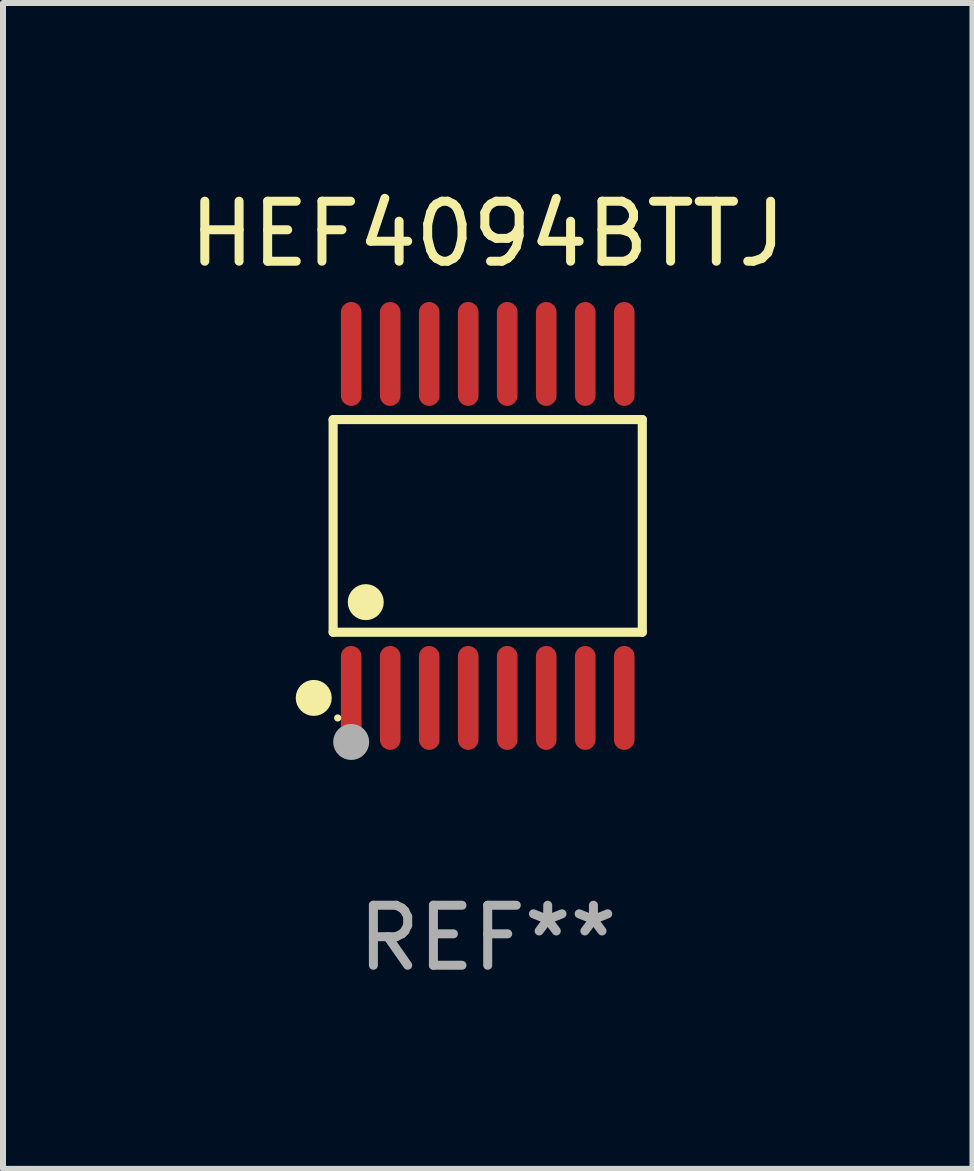
<source format=kicad_pcb>
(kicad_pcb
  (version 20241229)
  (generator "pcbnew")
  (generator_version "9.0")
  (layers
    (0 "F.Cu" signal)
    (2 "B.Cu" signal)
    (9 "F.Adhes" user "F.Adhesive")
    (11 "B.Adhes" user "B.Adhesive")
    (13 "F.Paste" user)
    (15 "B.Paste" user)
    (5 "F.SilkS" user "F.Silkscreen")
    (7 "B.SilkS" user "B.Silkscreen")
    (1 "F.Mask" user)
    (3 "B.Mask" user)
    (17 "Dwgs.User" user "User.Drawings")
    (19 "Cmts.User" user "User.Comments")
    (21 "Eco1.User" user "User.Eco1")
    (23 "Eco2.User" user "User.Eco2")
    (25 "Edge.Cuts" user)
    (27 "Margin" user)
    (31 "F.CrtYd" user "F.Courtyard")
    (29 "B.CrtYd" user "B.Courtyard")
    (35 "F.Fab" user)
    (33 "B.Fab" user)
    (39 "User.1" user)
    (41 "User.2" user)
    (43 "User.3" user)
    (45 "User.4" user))
  (footprint "HEF4094BTTJ"
    (layer "F.Cu")
    (at 5.077 5.714)
    (property "Reference" "HEF4094BTTJ" (at 0 -4.866 0) (layer "F.SilkS") (effects (font (size 1 1) (thickness 0.15))))
    (attr through_hole)
    (fp_line (start -2.576 -1.772) (end 2.576 -1.772) (stroke (width 0.152) (type solid)) (layer "F.SilkS"))
    (fp_line (start -2.576 1.771) (end -2.576 -1.772) (stroke (width 0.152) (type solid)) (layer "F.SilkS"))
    (fp_line (start 2.576 -1.772) (end 2.576 1.771) (stroke (width 0.152) (type solid)) (layer "F.SilkS"))
    (fp_line (start 2.576 1.771) (end -2.576 1.771) (stroke (width 0.152) (type solid)) (layer "F.SilkS"))
    (fp_circle (center -2.899 2.866) (end -2.749 2.866) (stroke (width 0.3) (type solid)) (fill no) (layer "F.SilkS"))
    (fp_circle (center -2.5 3.2) (end -2.47 3.2) (stroke (width 0.06) (type solid)) (fill no) (layer "F.SilkS"))
    (fp_circle (center -2.032 1.27) (end -1.882 1.27) (stroke (width 0.3) (type solid)) (fill no) (layer "F.SilkS"))
    (fp_circle (center -2.275 3.6) (end -2.125 3.6) (stroke (width 0.3) (type solid)) (fill no) (layer "F.Fab"))
    (fp_text user "REF**" (at 0 6.866 0) (layer "F.Fab") (effects (font (size 1 1) (thickness 0.15))))
    (pad "1" smd oval (at -2.275 2.866) (size 0.343 1.731) (layers "F.Cu" "F.Mask" "F.Paste"))
    (pad "2" smd oval (at -1.625 2.866) (size 0.343 1.731) (layers "F.Cu" "F.Mask" "F.Paste"))
    (pad "3" smd oval (at -0.975 2.866) (size 0.343 1.731) (layers "F.Cu" "F.Mask" "F.Paste"))
    (pad "4" smd oval (at -0.325 2.866) (size 0.343 1.731) (layers "F.Cu" "F.Mask" "F.Paste"))
    (pad "5" smd oval (at 0.325 2.866) (size 0.343 1.731) (layers "F.Cu" "F.Mask" "F.Paste"))
    (pad "6" smd oval (at 0.975 2.866) (size 0.343 1.731) (layers "F.Cu" "F.Mask" "F.Paste"))
    (pad "7" smd oval (at 1.625 2.866) (size 0.343 1.731) (layers "F.Cu" "F.Mask" "F.Paste"))
    (pad "8" smd oval (at 2.275 2.866) (size 0.343 1.731) (layers "F.Cu" "F.Mask" "F.Paste"))
    (pad "9" smd oval (at 2.275 -2.866) (size 0.343 1.731) (layers "F.Cu" "F.Mask" "F.Paste"))
    (pad "10" smd oval (at 1.625 -2.866) (size 0.343 1.731) (layers "F.Cu" "F.Mask" "F.Paste"))
    (pad "11" smd oval (at 0.975 -2.866) (size 0.343 1.731) (layers "F.Cu" "F.Mask" "F.Paste"))
    (pad "12" smd oval (at 0.325 -2.866) (size 0.343 1.731) (layers "F.Cu" "F.Mask" "F.Paste"))
    (pad "13" smd oval (at -0.325 -2.866) (size 0.343 1.731) (layers "F.Cu" "F.Mask" "F.Paste"))
    (pad "14" smd oval (at -0.975 -2.866) (size 0.343 1.731) (layers "F.Cu" "F.Mask" "F.Paste"))
    (pad "15" smd oval (at -1.625 -2.866) (size 0.343 1.731) (layers "F.Cu" "F.Mask" "F.Paste"))
    (pad "16" smd oval (at -2.275 -2.866) (size 0.343 1.731) (layers "F.Cu" "F.Mask" "F.Paste")))
  (gr_rect
    (start -3 -3)
    (end 13.155 16.428)
    (stroke (width 0.1) (type default))
    (fill no)
    (layer "Edge.Cuts")))
</source>
